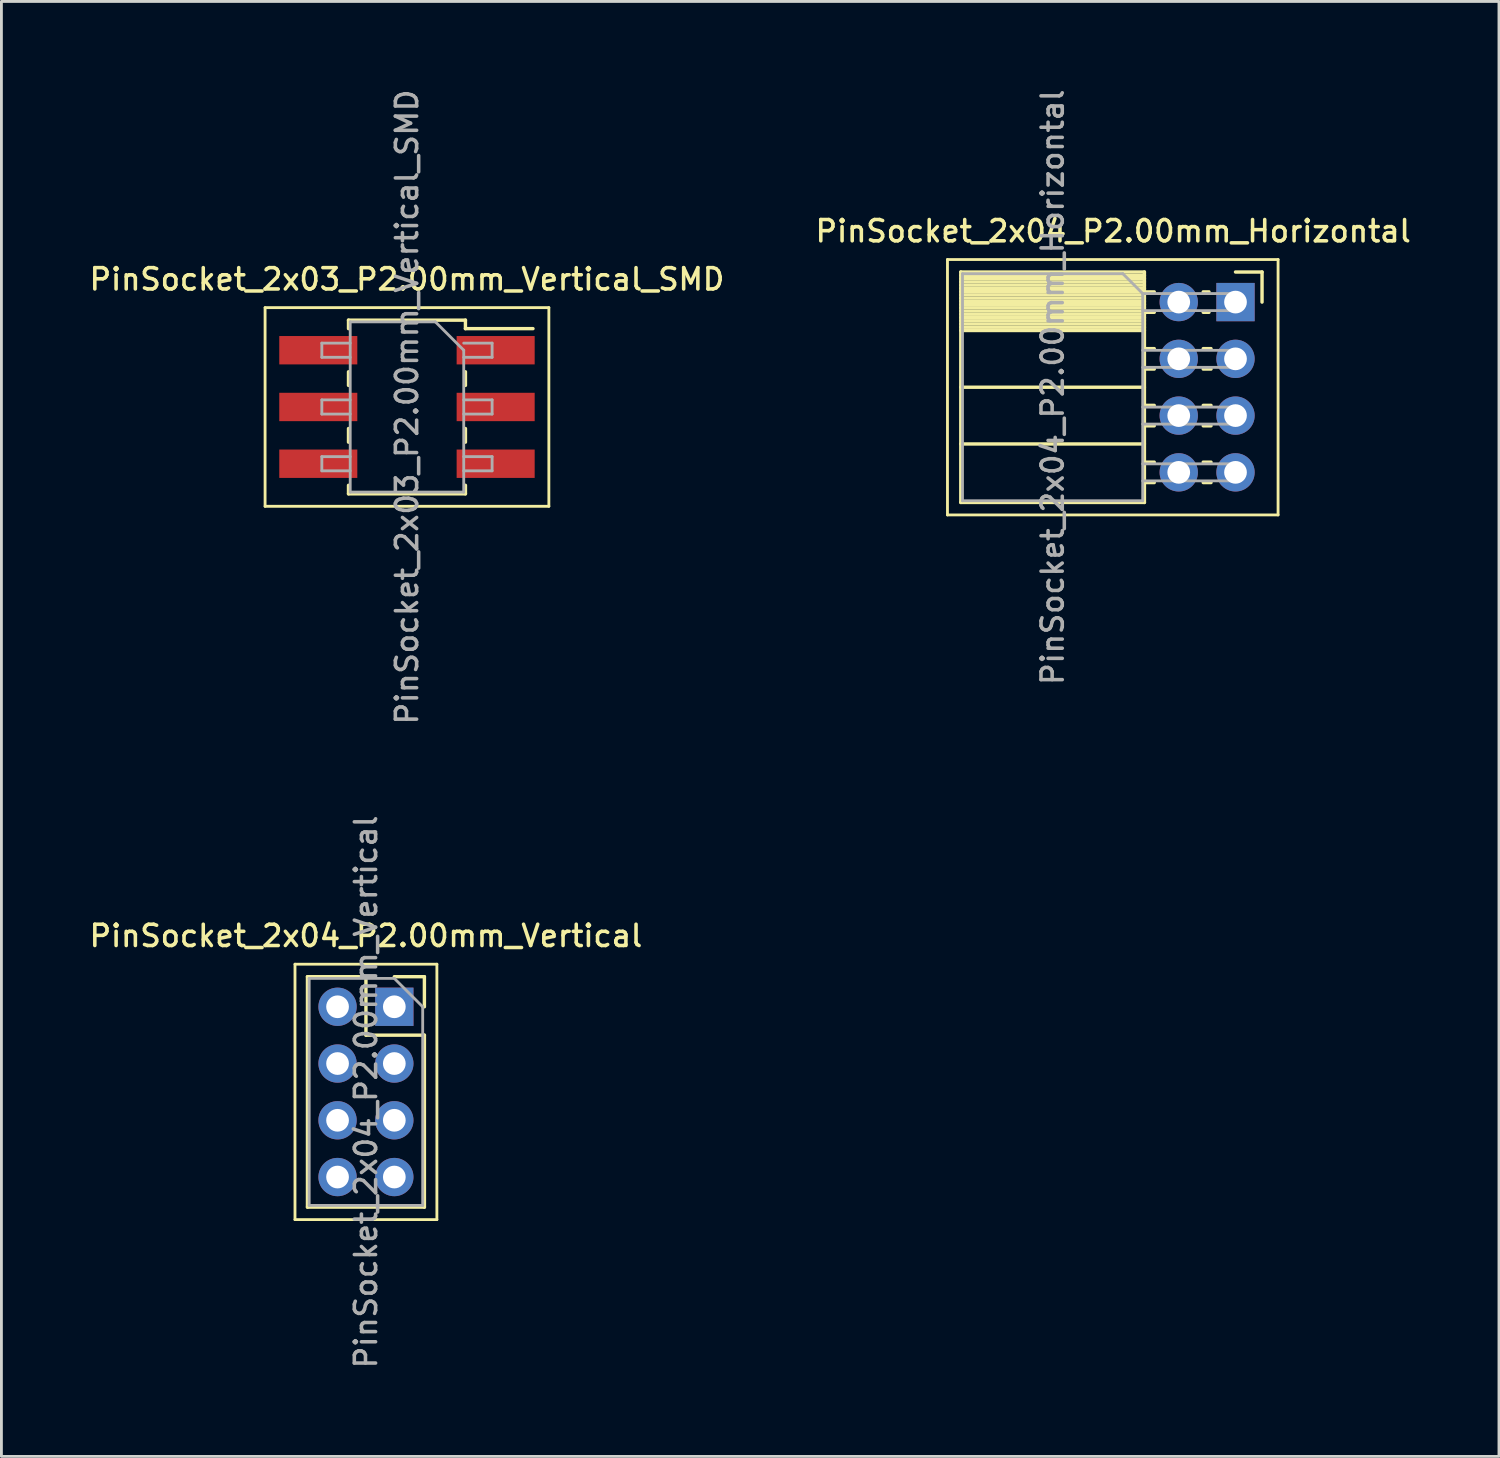
<source format=kicad_pcb>
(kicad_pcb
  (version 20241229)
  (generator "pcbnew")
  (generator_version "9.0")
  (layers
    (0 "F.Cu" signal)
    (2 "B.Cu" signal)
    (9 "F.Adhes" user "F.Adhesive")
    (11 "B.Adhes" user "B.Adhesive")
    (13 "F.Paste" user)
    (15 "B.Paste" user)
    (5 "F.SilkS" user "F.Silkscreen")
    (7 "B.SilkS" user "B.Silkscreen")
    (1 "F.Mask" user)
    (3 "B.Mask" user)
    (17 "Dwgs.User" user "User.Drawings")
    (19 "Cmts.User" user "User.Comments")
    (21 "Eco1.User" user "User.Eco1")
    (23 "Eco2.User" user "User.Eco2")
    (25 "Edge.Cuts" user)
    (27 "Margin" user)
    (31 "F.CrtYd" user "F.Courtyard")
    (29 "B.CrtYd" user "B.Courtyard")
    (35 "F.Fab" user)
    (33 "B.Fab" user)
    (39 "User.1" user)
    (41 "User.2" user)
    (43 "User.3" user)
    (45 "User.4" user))
  (footprint "PinSocket_2x03_P2.00mm_Vertical_SMD"
    (layer "F.Cu")
    (at 11.291 11.291)
    (property "Reference" "PinSocket_2x03_P2.00mm_Vertical_SMD" (at 0 -4.5 0) (layer "F.SilkS") (effects (font (size 0.75 0.75) (thickness 0.125))))
    (attr smd)
    (fp_line (start -5 -3.5) (end 5 -3.5) (stroke (width 0.1) (type solid)) (layer "F.SilkS"))
    (fp_line (start -5 3.5) (end -5 -3.5) (stroke (width 0.1) (type solid)) (layer "F.SilkS"))
    (fp_line (start -2.06 -3.06) (end -2.06 -2.76) (stroke (width 0.12) (type solid)) (layer "F.SilkS"))
    (fp_line (start -2.06 -3.06) (end 2.06 -3.06) (stroke (width 0.12) (type solid)) (layer "F.SilkS"))
    (fp_line (start -2.06 -1.24) (end -2.06 -0.76) (stroke (width 0.12) (type solid)) (layer "F.SilkS"))
    (fp_line (start -2.06 0.76) (end -2.06 1.24) (stroke (width 0.12) (type solid)) (layer "F.SilkS"))
    (fp_line (start -2.06 2.76) (end -2.06 3.06) (stroke (width 0.12) (type solid)) (layer "F.SilkS"))
    (fp_line (start -2.06 3.06) (end 2.06 3.06) (stroke (width 0.12) (type solid)) (layer "F.SilkS"))
    (fp_line (start 2.06 -3.06) (end 2.06 -2.76) (stroke (width 0.12) (type solid)) (layer "F.SilkS"))
    (fp_line (start 2.06 -2.76) (end 4.44 -2.76) (stroke (width 0.12) (type solid)) (layer "F.SilkS"))
    (fp_line (start 2.06 -1.24) (end 2.06 -0.76) (stroke (width 0.12) (type solid)) (layer "F.SilkS"))
    (fp_line (start 2.06 0.76) (end 2.06 1.24) (stroke (width 0.12) (type solid)) (layer "F.SilkS"))
    (fp_line (start 2.06 2.76) (end 2.06 3.06) (stroke (width 0.12) (type solid)) (layer "F.SilkS"))
    (fp_line (start 5 -3.5) (end 5 3.5) (stroke (width 0.1) (type solid)) (layer "F.SilkS"))
    (fp_line (start 5 3.5) (end -5 3.5) (stroke (width 0.1) (type solid)) (layer "F.SilkS"))
    (fp_line (start -3 -2.25) (end -2 -2.25) (stroke (width 0.1) (type solid)) (layer "F.Fab"))
    (fp_line (start -3 -1.75) (end -3 -2.25) (stroke (width 0.1) (type solid)) (layer "F.Fab"))
    (fp_line (start -3 -0.25) (end -2 -0.25) (stroke (width 0.1) (type solid)) (layer "F.Fab"))
    (fp_line (start -3 0.25) (end -3 -0.25) (stroke (width 0.1) (type solid)) (layer "F.Fab"))
    (fp_line (start -3 1.75) (end -2 1.75) (stroke (width 0.1) (type solid)) (layer "F.Fab"))
    (fp_line (start -3 2.25) (end -3 1.75) (stroke (width 0.1) (type solid)) (layer "F.Fab"))
    (fp_line (start -2 -3) (end 1 -3) (stroke (width 0.1) (type solid)) (layer "F.Fab"))
    (fp_line (start -2 -1.75) (end -3 -1.75) (stroke (width 0.1) (type solid)) (layer "F.Fab"))
    (fp_line (start -2 0.25) (end -3 0.25) (stroke (width 0.1) (type solid)) (layer "F.Fab"))
    (fp_line (start -2 2.25) (end -3 2.25) (stroke (width 0.1) (type solid)) (layer "F.Fab"))
    (fp_line (start -2 3) (end -2 -3) (stroke (width 0.1) (type solid)) (layer "F.Fab"))
    (fp_line (start 1 -3) (end 2 -2) (stroke (width 0.1) (type solid)) (layer "F.Fab"))
    (fp_line (start 2 -2.25) (end 3 -2.25) (stroke (width 0.1) (type solid)) (layer "F.Fab"))
    (fp_line (start 2 -2) (end 2 3) (stroke (width 0.1) (type solid)) (layer "F.Fab"))
    (fp_line (start 2 -0.25) (end 3 -0.25) (stroke (width 0.1) (type solid)) (layer "F.Fab"))
    (fp_line (start 2 1.75) (end 3 1.75) (stroke (width 0.1) (type solid)) (layer "F.Fab"))
    (fp_line (start 2 3) (end -2 3) (stroke (width 0.1) (type solid)) (layer "F.Fab"))
    (fp_line (start 3 -2.25) (end 3 -1.75) (stroke (width 0.1) (type solid)) (layer "F.Fab"))
    (fp_line (start 3 -1.75) (end 2 -1.75) (stroke (width 0.1) (type solid)) (layer "F.Fab"))
    (fp_line (start 3 -0.25) (end 3 0.25) (stroke (width 0.1) (type solid)) (layer "F.Fab"))
    (fp_line (start 3 0.25) (end 2 0.25) (stroke (width 0.1) (type solid)) (layer "F.Fab"))
    (fp_line (start 3 1.75) (end 3 2.25) (stroke (width 0.1) (type solid)) (layer "F.Fab"))
    (fp_line (start 3 2.25) (end 2 2.25) (stroke (width 0.1) (type solid)) (layer "F.Fab"))
    (fp_text user "${REFERENCE}" (at 0 0 90) (layer "F.Fab") (effects (font (size 0.75 0.75) (thickness 0.125))))
    (pad "1" smd rect (at 3.125 -2) (size 2.75 1) (layers "F.Cu" "F.Mask" "F.Paste"))
    (pad "2" smd rect (at -3.125 -2) (size 2.75 1) (layers "F.Cu" "F.Mask" "F.Paste"))
    (pad "3" smd rect (at 3.125 0) (size 2.75 1) (layers "F.Cu" "F.Mask" "F.Paste"))
    (pad "4" smd rect (at -3.125 0) (size 2.75 1) (layers "F.Cu" "F.Mask" "F.Paste"))
    (pad "5" smd rect (at 3.125 2) (size 2.75 1) (layers "F.Cu" "F.Mask" "F.Paste"))
    (pad "6" smd rect (at -3.125 2) (size 2.75 1) (layers "F.Cu" "F.Mask" "F.Paste")))
  (footprint "PinSocket_2x04_P2.00mm_Horizontal"
    (layer "F.Cu")
    (at 40.487 7.595)
    (property "Reference" "PinSocket_2x04_P2.00mm_Horizontal" (at -4.31 -2.5 0) (layer "F.SilkS") (effects (font (size 0.75 0.75) (thickness 0.125))))
    (attr through_hole)
    (fp_line (start -10.15 -1.5) (end -10.15 7.5) (stroke (width 0.1) (type solid)) (layer "F.SilkS"))
    (fp_line (start -10.15 7.5) (end 1.5 7.5) (stroke (width 0.1) (type solid)) (layer "F.SilkS"))
    (fp_line (start -9.68 -1.06) (end -9.68 7.06) (stroke (width 0.12) (type solid)) (layer "F.SilkS"))
    (fp_line (start -9.68 -1.06) (end -3.21 -1.06) (stroke (width 0.12) (type solid)) (layer "F.SilkS"))
    (fp_line (start -9.68 -0.94) (end -3.21 -0.94) (stroke (width 0.12) (type solid)) (layer "F.SilkS"))
    (fp_line (start -9.68 -0.826) (end -3.21 -0.826) (stroke (width 0.12) (type solid)) (layer "F.SilkS"))
    (fp_line (start -9.68 -0.712) (end -3.21 -0.712) (stroke (width 0.12) (type solid)) (layer "F.SilkS"))
    (fp_line (start -9.68 -0.598) (end -3.21 -0.598) (stroke (width 0.12) (type solid)) (layer "F.SilkS"))
    (fp_line (start -9.68 -0.484) (end -3.21 -0.484) (stroke (width 0.12) (type solid)) (layer "F.SilkS"))
    (fp_line (start -9.68 -0.369) (end -3.21 -0.369) (stroke (width 0.12) (type solid)) (layer "F.SilkS"))
    (fp_line (start -9.68 -0.255) (end -3.21 -0.255) (stroke (width 0.12) (type solid)) (layer "F.SilkS"))
    (fp_line (start -9.68 -0.141) (end -3.21 -0.141) (stroke (width 0.12) (type solid)) (layer "F.SilkS"))
    (fp_line (start -9.68 -0.027) (end -3.21 -0.027) (stroke (width 0.12) (type solid)) (layer "F.SilkS"))
    (fp_line (start -9.68 0.087) (end -3.21 0.087) (stroke (width 0.12) (type solid)) (layer "F.SilkS"))
    (fp_line (start -9.68 0.201) (end -3.21 0.201) (stroke (width 0.12) (type solid)) (layer "F.SilkS"))
    (fp_line (start -9.68 0.315) (end -3.21 0.315) (stroke (width 0.12) (type solid)) (layer "F.SilkS"))
    (fp_line (start -9.68 0.429) (end -3.21 0.429) (stroke (width 0.12) (type solid)) (layer "F.SilkS"))
    (fp_line (start -9.68 0.544) (end -3.21 0.544) (stroke (width 0.12) (type solid)) (layer "F.SilkS"))
    (fp_line (start -9.68 0.658) (end -3.21 0.658) (stroke (width 0.12) (type solid)) (layer "F.SilkS"))
    (fp_line (start -9.68 0.772) (end -3.21 0.772) (stroke (width 0.12) (type solid)) (layer "F.SilkS"))
    (fp_line (start -9.68 0.886) (end -3.21 0.886) (stroke (width 0.12) (type solid)) (layer "F.SilkS"))
    (fp_line (start -9.68 1) (end -3.21 1) (stroke (width 0.12) (type solid)) (layer "F.SilkS"))
    (fp_line (start -9.68 3) (end -3.21 3) (stroke (width 0.12) (type solid)) (layer "F.SilkS"))
    (fp_line (start -9.68 5) (end -3.21 5) (stroke (width 0.12) (type solid)) (layer "F.SilkS"))
    (fp_line (start -9.68 7.06) (end -3.21 7.06) (stroke (width 0.12) (type solid)) (layer "F.SilkS"))
    (fp_line (start -3.21 -1.06) (end -3.21 7.06) (stroke (width 0.12) (type solid)) (layer "F.SilkS"))
    (fp_line (start -3.21 -0.36) (end -2.863 -0.36) (stroke (width 0.12) (type solid)) (layer "F.SilkS"))
    (fp_line (start -3.21 0.36) (end -2.863 0.36) (stroke (width 0.12) (type solid)) (layer "F.SilkS"))
    (fp_line (start -3.21 1.64) (end -2.863 1.64) (stroke (width 0.12) (type solid)) (layer "F.SilkS"))
    (fp_line (start -3.21 2.36) (end -2.863 2.36) (stroke (width 0.12) (type solid)) (layer "F.SilkS"))
    (fp_line (start -3.21 3.64) (end -2.863 3.64) (stroke (width 0.12) (type solid)) (layer "F.SilkS"))
    (fp_line (start -3.21 4.36) (end -2.863 4.36) (stroke (width 0.12) (type solid)) (layer "F.SilkS"))
    (fp_line (start -3.21 5.64) (end -2.863 5.64) (stroke (width 0.12) (type solid)) (layer "F.SilkS"))
    (fp_line (start -3.21 6.36) (end -2.863 6.36) (stroke (width 0.12) (type solid)) (layer "F.SilkS"))
    (fp_line (start -1.137 -0.36) (end -0.935 -0.36) (stroke (width 0.12) (type solid)) (layer "F.SilkS"))
    (fp_line (start -1.137 0.36) (end -0.935 0.36) (stroke (width 0.12) (type solid)) (layer "F.SilkS"))
    (fp_line (start -1.137 1.64) (end -0.863 1.64) (stroke (width 0.12) (type solid)) (layer "F.SilkS"))
    (fp_line (start -1.137 2.36) (end -0.863 2.36) (stroke (width 0.12) (type solid)) (layer "F.SilkS"))
    (fp_line (start -1.137 3.64) (end -0.863 3.64) (stroke (width 0.12) (type solid)) (layer "F.SilkS"))
    (fp_line (start -1.137 4.36) (end -0.863 4.36) (stroke (width 0.12) (type solid)) (layer "F.SilkS"))
    (fp_line (start -1.137 5.64) (end -0.863 5.64) (stroke (width 0.12) (type solid)) (layer "F.SilkS"))
    (fp_line (start -1.137 6.36) (end -0.863 6.36) (stroke (width 0.12) (type solid)) (layer "F.SilkS"))
    (fp_line (start 0 -1.06) (end 0.935 -1.06) (stroke (width 0.12) (type solid)) (layer "F.SilkS"))
    (fp_line (start 0.935 -1.06) (end 0.935 0) (stroke (width 0.12) (type solid)) (layer "F.SilkS"))
    (fp_line (start 1.5 -1.5) (end -10.15 -1.5) (stroke (width 0.1) (type solid)) (layer "F.SilkS"))
    (fp_line (start 1.5 7.5) (end 1.5 -1.5) (stroke (width 0.1) (type solid)) (layer "F.SilkS"))
    (fp_line (start -9.62 -1) (end -3.97 -1) (stroke (width 0.1) (type solid)) (layer "F.Fab"))
    (fp_line (start -9.62 7) (end -9.62 -1) (stroke (width 0.1) (type solid)) (layer "F.Fab"))
    (fp_line (start -3.97 -1) (end -3.27 -0.3) (stroke (width 0.1) (type solid)) (layer "F.Fab"))
    (fp_line (start -3.27 -0.3) (end -3.27 7) (stroke (width 0.1) (type solid)) (layer "F.Fab"))
    (fp_line (start -3.27 0.3) (end 0 0.3) (stroke (width 0.1) (type solid)) (layer "F.Fab"))
    (fp_line (start -3.27 2.3) (end 0 2.3) (stroke (width 0.1) (type solid)) (layer "F.Fab"))
    (fp_line (start -3.27 4.3) (end 0 4.3) (stroke (width 0.1) (type solid)) (layer "F.Fab"))
    (fp_line (start -3.27 6.3) (end 0 6.3) (stroke (width 0.1) (type solid)) (layer "F.Fab"))
    (fp_line (start -3.27 7) (end -9.62 7) (stroke (width 0.1) (type solid)) (layer "F.Fab"))
    (fp_line (start 0 -0.3) (end -3.27 -0.3) (stroke (width 0.1) (type solid)) (layer "F.Fab"))
    (fp_line (start 0 0.3) (end 0 -0.3) (stroke (width 0.1) (type solid)) (layer "F.Fab"))
    (fp_line (start 0 1.7) (end -3.27 1.7) (stroke (width 0.1) (type solid)) (layer "F.Fab"))
    (fp_line (start 0 2.3) (end 0 1.7) (stroke (width 0.1) (type solid)) (layer "F.Fab"))
    (fp_line (start 0 3.7) (end -3.27 3.7) (stroke (width 0.1) (type solid)) (layer "F.Fab"))
    (fp_line (start 0 4.3) (end 0 3.7) (stroke (width 0.1) (type solid)) (layer "F.Fab"))
    (fp_line (start 0 5.7) (end -3.27 5.7) (stroke (width 0.1) (type solid)) (layer "F.Fab"))
    (fp_line (start 0 6.3) (end 0 5.7) (stroke (width 0.1) (type solid)) (layer "F.Fab"))
    (fp_text user "${REFERENCE}" (at -6.445 3 90) (layer "F.Fab") (effects (font (size 0.75 0.75) (thickness 0.125))))
    (pad "1" thru_hole rect (at 0 0) (size 1.35 1.35) (drill 0.8) (layers "*.Cu" "*.Mask"))
    (pad "2" thru_hole oval (at -2 0) (size 1.35 1.35) (drill 0.8) (layers "*.Cu" "*.Mask"))
    (pad "3" thru_hole oval (at 0 2) (size 1.35 1.35) (drill 0.8) (layers "*.Cu" "*.Mask"))
    (pad "4" thru_hole oval (at -2 2) (size 1.35 1.35) (drill 0.8) (layers "*.Cu" "*.Mask"))
    (pad "5" thru_hole oval (at 0 4) (size 1.35 1.35) (drill 0.8) (layers "*.Cu" "*.Mask"))
    (pad "6" thru_hole oval (at -2 4) (size 1.35 1.35) (drill 0.8) (layers "*.Cu" "*.Mask"))
    (pad "7" thru_hole oval (at 0 6) (size 1.35 1.35) (drill 0.8) (layers "*.Cu" "*.Mask"))
    (pad "8" thru_hole oval (at -2 6) (size 1.35 1.35) (drill 0.8) (layers "*.Cu" "*.Mask")))
  (footprint "PinSocket_2x04_P2.00mm_Vertical"
    (layer "F.Cu")
    (at 10.845 32.427)
    (property "Reference" "PinSocket_2x04_P2.00mm_Vertical" (at -1 -2.5 0) (layer "F.SilkS") (effects (font (size 0.75 0.75) (thickness 0.125))))
    (attr through_hole)
    (fp_line (start -3.5 -1.5) (end 1.5 -1.5) (stroke (width 0.1) (type solid)) (layer "F.SilkS"))
    (fp_line (start -3.5 7.5) (end -3.5 -1.5) (stroke (width 0.1) (type solid)) (layer "F.SilkS"))
    (fp_line (start -3.06 -1.06) (end -3.06 7.06) (stroke (width 0.12) (type solid)) (layer "F.SilkS"))
    (fp_line (start -3.06 -1.06) (end -1 -1.06) (stroke (width 0.12) (type solid)) (layer "F.SilkS"))
    (fp_line (start -3.06 7.06) (end 1.06 7.06) (stroke (width 0.12) (type solid)) (layer "F.SilkS"))
    (fp_line (start -1 -1.06) (end -1 1) (stroke (width 0.12) (type solid)) (layer "F.SilkS"))
    (fp_line (start -1 1) (end 1.06 1) (stroke (width 0.12) (type solid)) (layer "F.SilkS"))
    (fp_line (start 0 -1.06) (end 1.06 -1.06) (stroke (width 0.12) (type solid)) (layer "F.SilkS"))
    (fp_line (start 1.06 -1.06) (end 1.06 0) (stroke (width 0.12) (type solid)) (layer "F.SilkS"))
    (fp_line (start 1.06 1) (end 1.06 7.06) (stroke (width 0.12) (type solid)) (layer "F.SilkS"))
    (fp_line (start 1.5 -1.5) (end 1.5 7.5) (stroke (width 0.1) (type solid)) (layer "F.SilkS"))
    (fp_line (start 1.5 7.5) (end -3.5 7.5) (stroke (width 0.1) (type solid)) (layer "F.SilkS"))
    (fp_line (start -3 -1) (end 0 -1) (stroke (width 0.1) (type solid)) (layer "F.Fab"))
    (fp_line (start -3 7) (end -3 -1) (stroke (width 0.1) (type solid)) (layer "F.Fab"))
    (fp_line (start 0 -1) (end 1 0) (stroke (width 0.1) (type solid)) (layer "F.Fab"))
    (fp_line (start 1 0) (end 1 7) (stroke (width 0.1) (type solid)) (layer "F.Fab"))
    (fp_line (start 1 7) (end -3 7) (stroke (width 0.1) (type solid)) (layer "F.Fab"))
    (fp_text user "${REFERENCE}" (at -1 3 90) (layer "F.Fab") (effects (font (size 0.75 0.75) (thickness 0.125))))
    (pad "1" thru_hole rect (at 0 0) (size 1.35 1.35) (drill 0.8) (layers "*.Cu" "*.Mask"))
    (pad "2" thru_hole oval (at -2 0) (size 1.35 1.35) (drill 0.8) (layers "*.Cu" "*.Mask"))
    (pad "3" thru_hole oval (at 0 2) (size 1.35 1.35) (drill 0.8) (layers "*.Cu" "*.Mask"))
    (pad "4" thru_hole oval (at -2 2) (size 1.35 1.35) (drill 0.8) (layers "*.Cu" "*.Mask"))
    (pad "5" thru_hole oval (at 0 4) (size 1.35 1.35) (drill 0.8) (layers "*.Cu" "*.Mask"))
    (pad "6" thru_hole oval (at -2 4) (size 1.35 1.35) (drill 0.8) (layers "*.Cu" "*.Mask"))
    (pad "7" thru_hole oval (at 0 6) (size 1.35 1.35) (drill 0.8) (layers "*.Cu" "*.Mask"))
    (pad "8" thru_hole oval (at -2 6) (size 1.35 1.35) (drill 0.8) (layers "*.Cu" "*.Mask")))
  (gr_rect
    (start -3 -3)
    (end 49.771 48.271)
    (stroke (width 0.1) (type default))
    (fill no)
    (layer "Edge.Cuts")))
</source>
